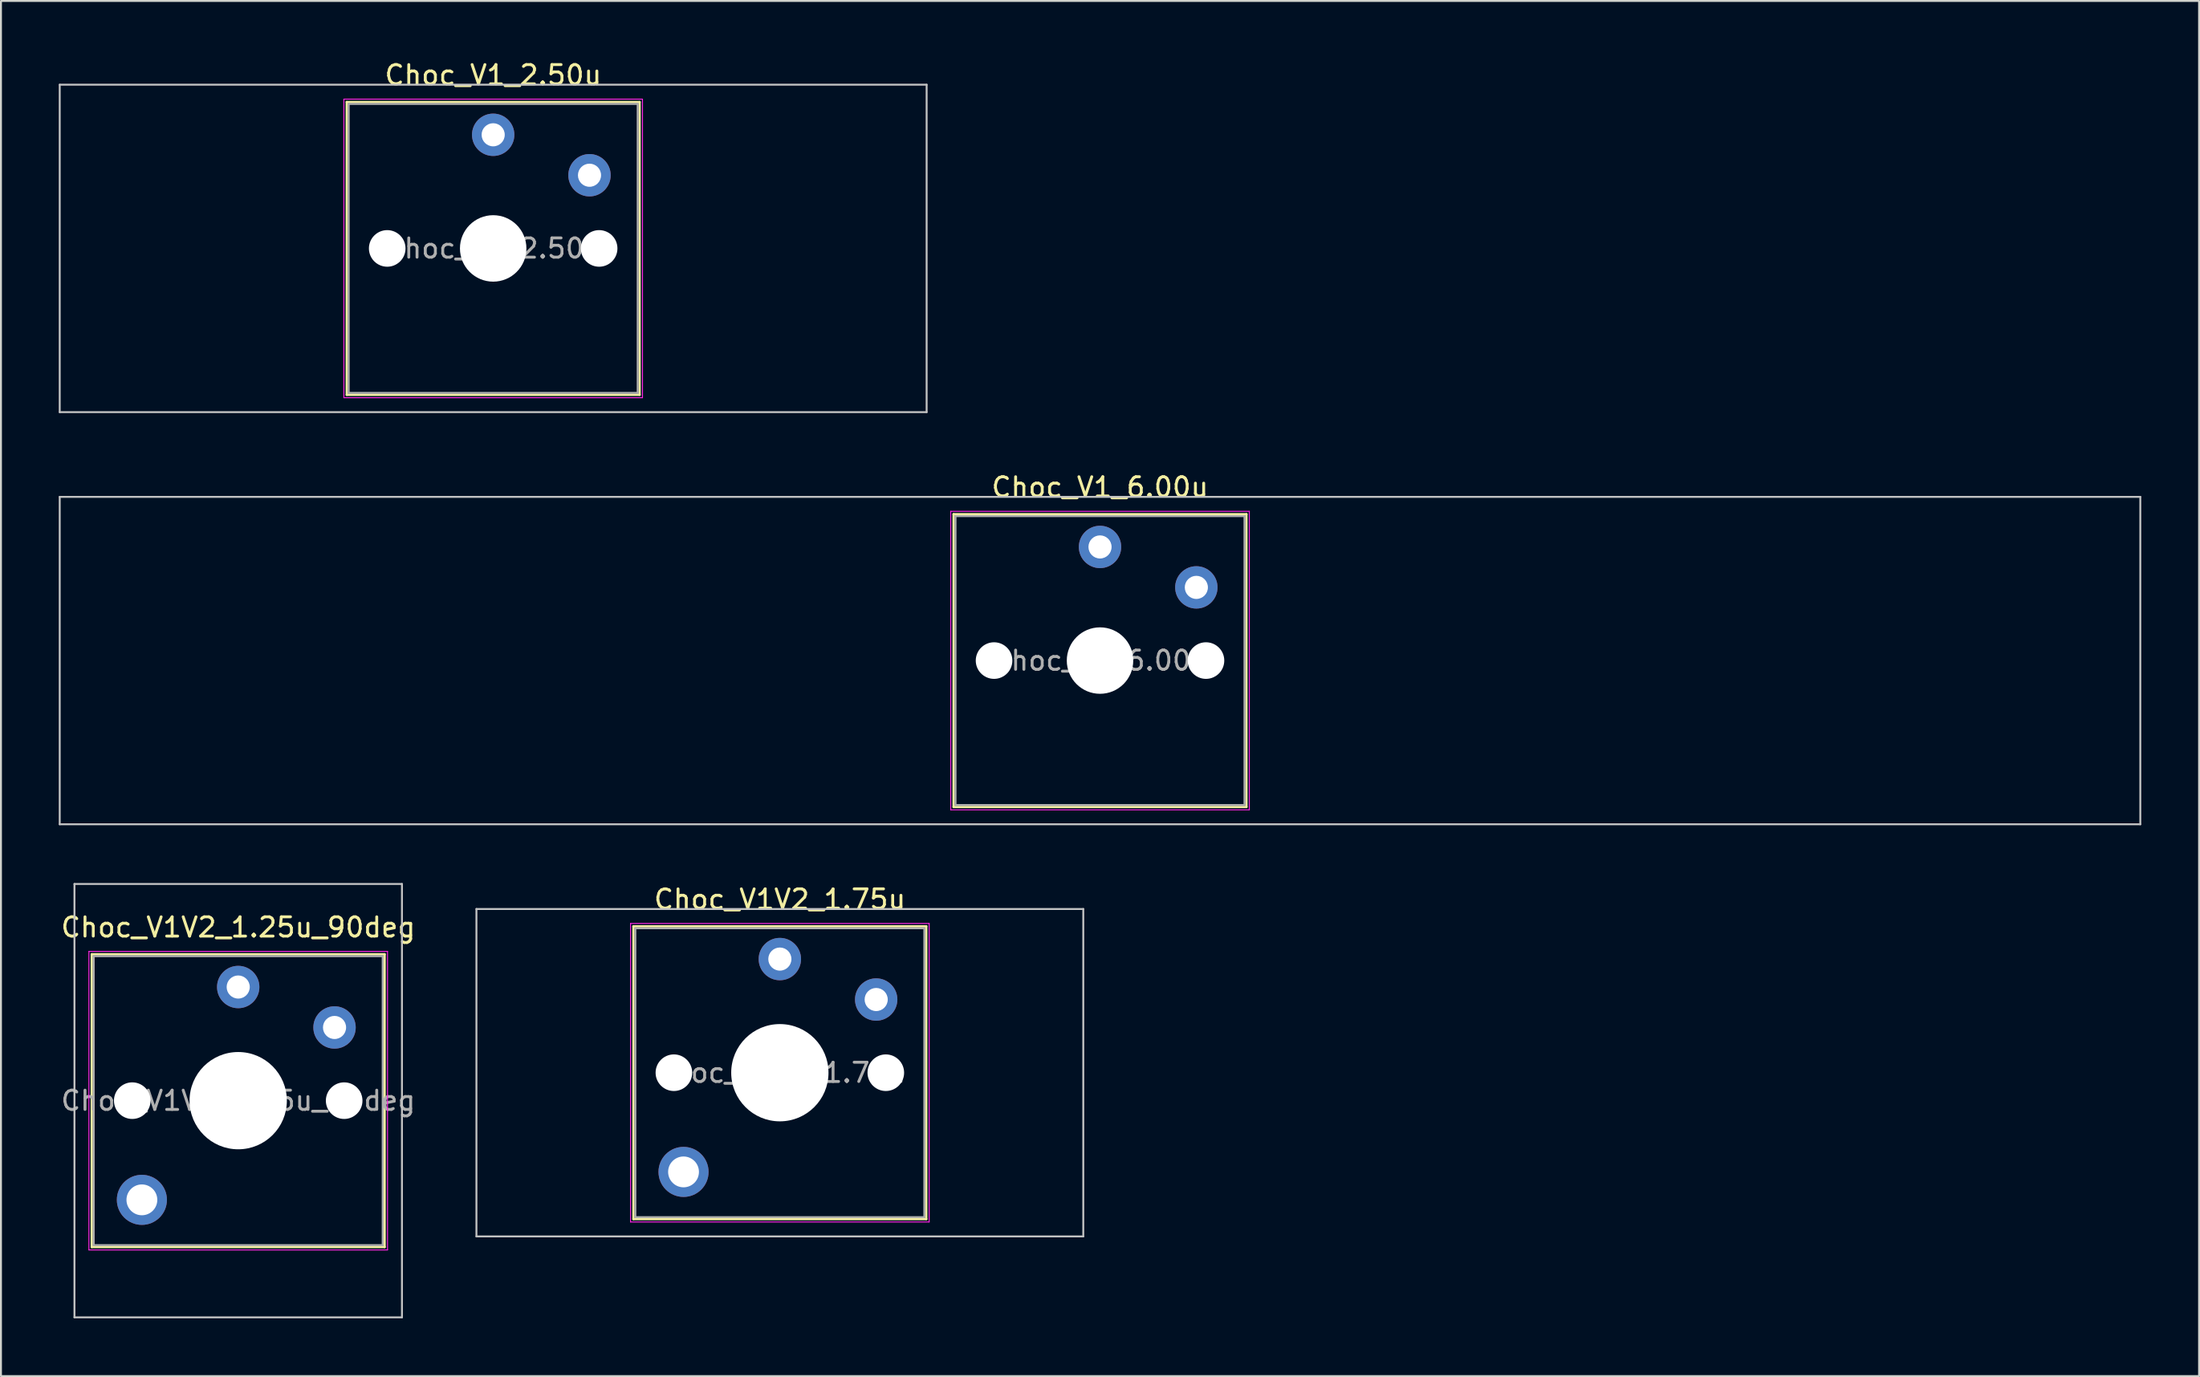
<source format=kicad_pcb>
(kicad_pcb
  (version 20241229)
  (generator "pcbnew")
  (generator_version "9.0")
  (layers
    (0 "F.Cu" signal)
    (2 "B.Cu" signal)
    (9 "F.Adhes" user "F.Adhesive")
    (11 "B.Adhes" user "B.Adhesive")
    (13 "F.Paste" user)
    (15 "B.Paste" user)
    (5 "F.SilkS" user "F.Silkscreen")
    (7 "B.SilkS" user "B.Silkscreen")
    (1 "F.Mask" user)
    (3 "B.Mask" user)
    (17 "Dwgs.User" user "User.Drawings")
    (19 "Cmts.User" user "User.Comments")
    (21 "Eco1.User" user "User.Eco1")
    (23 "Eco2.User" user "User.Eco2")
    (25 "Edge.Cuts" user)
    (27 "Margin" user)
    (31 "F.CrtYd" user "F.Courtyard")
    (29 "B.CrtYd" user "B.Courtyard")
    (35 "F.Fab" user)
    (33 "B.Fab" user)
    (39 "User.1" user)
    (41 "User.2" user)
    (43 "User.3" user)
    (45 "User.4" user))
  (footprint "Choc_V1V2_1.25u_90deg"
    (layer "F.Cu")
    (at 9.315 54.096)
    (property "Reference" "Choc_V1V2_1.25u_90deg" (at 0 -9 0) (layer "F.SilkS") (effects (font (size 1 1) (thickness 0.15))))
    (attr through_hole)
    (fp_line (start -7.6 -7.6) (end -7.6 7.6) (stroke (width 0.12) (type solid)) (layer "F.SilkS"))
    (fp_line (start -7.6 7.6) (end 7.6 7.6) (stroke (width 0.12) (type solid)) (layer "F.SilkS"))
    (fp_line (start 7.6 -7.6) (end -7.6 -7.6) (stroke (width 0.12) (type solid)) (layer "F.SilkS"))
    (fp_line (start 7.6 7.6) (end 7.6 -7.6) (stroke (width 0.12) (type solid)) (layer "F.SilkS"))
    (fp_line (start -8.5 -11.25) (end 8.5 -11.25) (stroke (width 0.1) (type solid)) (layer "Dwgs.User"))
    (fp_line (start -8.5 11.25) (end -8.5 -11.25) (stroke (width 0.1) (type solid)) (layer "Dwgs.User"))
    (fp_line (start 8.5 -11.25) (end 8.5 11.25) (stroke (width 0.1) (type solid)) (layer "Dwgs.User"))
    (fp_line (start 8.5 11.25) (end -8.5 11.25) (stroke (width 0.1) (type solid)) (layer "Dwgs.User"))
    (fp_line (start -7.25 -7.25) (end -7.25 7.25) (stroke (width 0.1) (type solid)) (layer "Eco1.User"))
    (fp_line (start -7.25 7.25) (end 7.25 7.25) (stroke (width 0.1) (type solid)) (layer "Eco1.User"))
    (fp_line (start 7.25 -7.25) (end -7.25 -7.25) (stroke (width 0.1) (type solid)) (layer "Eco1.User"))
    (fp_line (start 7.25 7.25) (end 7.25 -7.25) (stroke (width 0.1) (type solid)) (layer "Eco1.User"))
    (fp_line (start -7.75 -7.75) (end -7.75 7.75) (stroke (width 0.05) (type solid)) (layer "F.CrtYd"))
    (fp_line (start -7.75 7.75) (end 7.75 7.75) (stroke (width 0.05) (type solid)) (layer "F.CrtYd"))
    (fp_line (start 7.75 -7.75) (end -7.75 -7.75) (stroke (width 0.05) (type solid)) (layer "F.CrtYd"))
    (fp_line (start 7.75 7.75) (end 7.75 -7.75) (stroke (width 0.05) (type solid)) (layer "F.CrtYd"))
    (fp_line (start -7.5 -7.5) (end -7.5 7.5) (stroke (width 0.1) (type solid)) (layer "F.Fab"))
    (fp_line (start -7.5 7.5) (end 7.5 7.5) (stroke (width 0.1) (type solid)) (layer "F.Fab"))
    (fp_line (start 7.5 -7.5) (end -7.5 -7.5) (stroke (width 0.1) (type solid)) (layer "F.Fab"))
    (fp_line (start 7.5 7.5) (end 7.5 -7.5) (stroke (width 0.1) (type solid)) (layer "F.Fab"))
    (fp_text user "${REFERENCE}" (at 0 0 0) (layer "F.Fab") (effects (font (size 1 1) (thickness 0.15))))
    (pad "" np_thru_hole circle (at -5.5 0) (size 1.9 1.9) (drill 1.9) (layers "*.Cu" "*.Mask"))
    (pad "" thru_hole circle (at -5 5.15) (size 2.6 2.6) (drill 1.6) (layers "*.Cu" "*.Mask"))
    (pad "" np_thru_hole circle (at 0 0) (size 5.05 5.05) (drill 5.05) (layers "*.Cu" "*.Mask"))
    (pad "" np_thru_hole circle (at 5.5 0) (size 1.9 1.9) (drill 1.9) (layers "*.Cu" "*.Mask"))
    (pad "1" thru_hole circle (at 0 -5.9) (size 2.2 2.2) (drill 1.2) (layers "*.Cu" "*.Mask"))
    (pad "2" thru_hole circle (at 5 -3.8) (size 2.2 2.2) (drill 1.2) (layers "*.Cu" "*.Mask")))
  (footprint "Choc_V1_2.50u"
    (layer "F.Cu")
    (at 22.55 9.848)
    (property "Reference" "Choc_V1_2.50u" (at 0 -9 0) (layer "F.SilkS") (effects (font (size 1 1) (thickness 0.15))))
    (attr through_hole)
    (fp_line (start -7.6 -7.6) (end -7.6 7.6) (stroke (width 0.12) (type solid)) (layer "F.SilkS"))
    (fp_line (start -7.6 7.6) (end 7.6 7.6) (stroke (width 0.12) (type solid)) (layer "F.SilkS"))
    (fp_line (start 7.6 -7.6) (end -7.6 -7.6) (stroke (width 0.12) (type solid)) (layer "F.SilkS"))
    (fp_line (start 7.6 7.6) (end 7.6 -7.6) (stroke (width 0.12) (type solid)) (layer "F.SilkS"))
    (fp_line (start -22.5 -8.5) (end -22.5 8.5) (stroke (width 0.1) (type solid)) (layer "Dwgs.User"))
    (fp_line (start -22.5 8.5) (end 22.5 8.5) (stroke (width 0.1) (type solid)) (layer "Dwgs.User"))
    (fp_line (start 22.5 -8.5) (end -22.5 -8.5) (stroke (width 0.1) (type solid)) (layer "Dwgs.User"))
    (fp_line (start 22.5 8.5) (end 22.5 -8.5) (stroke (width 0.1) (type solid)) (layer "Dwgs.User"))
    (fp_line (start -7.25 -7.25) (end -7.25 7.25) (stroke (width 0.1) (type solid)) (layer "Eco1.User"))
    (fp_line (start -7.25 7.25) (end 7.25 7.25) (stroke (width 0.1) (type solid)) (layer "Eco1.User"))
    (fp_line (start 7.25 -7.25) (end -7.25 -7.25) (stroke (width 0.1) (type solid)) (layer "Eco1.User"))
    (fp_line (start 7.25 7.25) (end 7.25 -7.25) (stroke (width 0.1) (type solid)) (layer "Eco1.User"))
    (fp_line (start -7.75 -7.75) (end -7.75 7.75) (stroke (width 0.05) (type solid)) (layer "F.CrtYd"))
    (fp_line (start -7.75 7.75) (end 7.75 7.75) (stroke (width 0.05) (type solid)) (layer "F.CrtYd"))
    (fp_line (start 7.75 -7.75) (end -7.75 -7.75) (stroke (width 0.05) (type solid)) (layer "F.CrtYd"))
    (fp_line (start 7.75 7.75) (end 7.75 -7.75) (stroke (width 0.05) (type solid)) (layer "F.CrtYd"))
    (fp_line (start -7.5 -7.5) (end -7.5 7.5) (stroke (width 0.1) (type solid)) (layer "F.Fab"))
    (fp_line (start -7.5 7.5) (end 7.5 7.5) (stroke (width 0.1) (type solid)) (layer "F.Fab"))
    (fp_line (start 7.5 -7.5) (end -7.5 -7.5) (stroke (width 0.1) (type solid)) (layer "F.Fab"))
    (fp_line (start 7.5 7.5) (end 7.5 -7.5) (stroke (width 0.1) (type solid)) (layer "F.Fab"))
    (fp_text user "${REFERENCE}" (at 0 0 0) (layer "F.Fab") (effects (font (size 1 1) (thickness 0.15))))
    (pad "" np_thru_hole circle (at -5.5 0) (size 1.9 1.9) (drill 1.9) (layers "*.Cu" "*.Mask"))
    (pad "" np_thru_hole circle (at 0 0) (size 3.45 3.45) (drill 3.45) (layers "*.Cu" "*.Mask"))
    (pad "" np_thru_hole circle (at 5.5 0) (size 1.9 1.9) (drill 1.9) (layers "*.Cu" "*.Mask"))
    (pad "1" thru_hole circle (at 0 -5.9) (size 2.2 2.2) (drill 1.2) (layers "*.Cu" "*.Mask"))
    (pad "2" thru_hole circle (at 5 -3.8) (size 2.2 2.2) (drill 1.2) (layers "*.Cu" "*.Mask")))
  (footprint "Choc_V1_6.00u"
    (layer "F.Cu")
    (at 54.05 31.247)
    (property "Reference" "Choc_V1_6.00u" (at 0 -9 0) (layer "F.SilkS") (effects (font (size 1 1) (thickness 0.15))))
    (attr through_hole)
    (fp_line (start -7.6 -7.6) (end -7.6 7.6) (stroke (width 0.12) (type solid)) (layer "F.SilkS"))
    (fp_line (start -7.6 7.6) (end 7.6 7.6) (stroke (width 0.12) (type solid)) (layer "F.SilkS"))
    (fp_line (start 7.6 -7.6) (end -7.6 -7.6) (stroke (width 0.12) (type solid)) (layer "F.SilkS"))
    (fp_line (start 7.6 7.6) (end 7.6 -7.6) (stroke (width 0.12) (type solid)) (layer "F.SilkS"))
    (fp_line (start -54 -8.5) (end -54 8.5) (stroke (width 0.1) (type solid)) (layer "Dwgs.User"))
    (fp_line (start -54 8.5) (end 54 8.5) (stroke (width 0.1) (type solid)) (layer "Dwgs.User"))
    (fp_line (start 54 -8.5) (end -54 -8.5) (stroke (width 0.1) (type solid)) (layer "Dwgs.User"))
    (fp_line (start 54 8.5) (end 54 -8.5) (stroke (width 0.1) (type solid)) (layer "Dwgs.User"))
    (fp_line (start -7.25 -7.25) (end -7.25 7.25) (stroke (width 0.1) (type solid)) (layer "Eco1.User"))
    (fp_line (start -7.25 7.25) (end 7.25 7.25) (stroke (width 0.1) (type solid)) (layer "Eco1.User"))
    (fp_line (start 7.25 -7.25) (end -7.25 -7.25) (stroke (width 0.1) (type solid)) (layer "Eco1.User"))
    (fp_line (start 7.25 7.25) (end 7.25 -7.25) (stroke (width 0.1) (type solid)) (layer "Eco1.User"))
    (fp_line (start -7.75 -7.75) (end -7.75 7.75) (stroke (width 0.05) (type solid)) (layer "F.CrtYd"))
    (fp_line (start -7.75 7.75) (end 7.75 7.75) (stroke (width 0.05) (type solid)) (layer "F.CrtYd"))
    (fp_line (start 7.75 -7.75) (end -7.75 -7.75) (stroke (width 0.05) (type solid)) (layer "F.CrtYd"))
    (fp_line (start 7.75 7.75) (end 7.75 -7.75) (stroke (width 0.05) (type solid)) (layer "F.CrtYd"))
    (fp_line (start -7.5 -7.5) (end -7.5 7.5) (stroke (width 0.1) (type solid)) (layer "F.Fab"))
    (fp_line (start -7.5 7.5) (end 7.5 7.5) (stroke (width 0.1) (type solid)) (layer "F.Fab"))
    (fp_line (start 7.5 -7.5) (end -7.5 -7.5) (stroke (width 0.1) (type solid)) (layer "F.Fab"))
    (fp_line (start 7.5 7.5) (end 7.5 -7.5) (stroke (width 0.1) (type solid)) (layer "F.Fab"))
    (fp_text user "${REFERENCE}" (at 0 0 0) (layer "F.Fab") (effects (font (size 1 1) (thickness 0.15))))
    (pad "" np_thru_hole circle (at -5.5 0) (size 1.9 1.9) (drill 1.9) (layers "*.Cu" "*.Mask"))
    (pad "" np_thru_hole circle (at 0 0) (size 3.45 3.45) (drill 3.45) (layers "*.Cu" "*.Mask"))
    (pad "" np_thru_hole circle (at 5.5 0) (size 1.9 1.9) (drill 1.9) (layers "*.Cu" "*.Mask"))
    (pad "1" thru_hole circle (at 0 -5.9) (size 2.2 2.2) (drill 1.2) (layers "*.Cu" "*.Mask"))
    (pad "2" thru_hole circle (at 5 -3.8) (size 2.2 2.2) (drill 1.2) (layers "*.Cu" "*.Mask")))
  (footprint "Choc_V1V2_1.75u"
    (layer "F.Cu")
    (at 37.431 52.645)
    (property "Reference" "Choc_V1V2_1.75u" (at 0 -9 0) (layer "F.SilkS") (effects (font (size 1 1) (thickness 0.15))))
    (attr through_hole)
    (fp_line (start -7.6 -7.6) (end -7.6 7.6) (stroke (width 0.12) (type solid)) (layer "F.SilkS"))
    (fp_line (start -7.6 7.6) (end 7.6 7.6) (stroke (width 0.12) (type solid)) (layer "F.SilkS"))
    (fp_line (start 7.6 -7.6) (end -7.6 -7.6) (stroke (width 0.12) (type solid)) (layer "F.SilkS"))
    (fp_line (start 7.6 7.6) (end 7.6 -7.6) (stroke (width 0.12) (type solid)) (layer "F.SilkS"))
    (fp_line (start -15.75 -8.5) (end -15.75 8.5) (stroke (width 0.1) (type solid)) (layer "Dwgs.User"))
    (fp_line (start -15.75 8.5) (end 15.75 8.5) (stroke (width 0.1) (type solid)) (layer "Dwgs.User"))
    (fp_line (start 15.75 -8.5) (end -15.75 -8.5) (stroke (width 0.1) (type solid)) (layer "Dwgs.User"))
    (fp_line (start 15.75 8.5) (end 15.75 -8.5) (stroke (width 0.1) (type solid)) (layer "Dwgs.User"))
    (fp_line (start -7.25 -7.25) (end -7.25 7.25) (stroke (width 0.1) (type solid)) (layer "Eco1.User"))
    (fp_line (start -7.25 7.25) (end 7.25 7.25) (stroke (width 0.1) (type solid)) (layer "Eco1.User"))
    (fp_line (start 7.25 -7.25) (end -7.25 -7.25) (stroke (width 0.1) (type solid)) (layer "Eco1.User"))
    (fp_line (start 7.25 7.25) (end 7.25 -7.25) (stroke (width 0.1) (type solid)) (layer "Eco1.User"))
    (fp_line (start -7.75 -7.75) (end -7.75 7.75) (stroke (width 0.05) (type solid)) (layer "F.CrtYd"))
    (fp_line (start -7.75 7.75) (end 7.75 7.75) (stroke (width 0.05) (type solid)) (layer "F.CrtYd"))
    (fp_line (start 7.75 -7.75) (end -7.75 -7.75) (stroke (width 0.05) (type solid)) (layer "F.CrtYd"))
    (fp_line (start 7.75 7.75) (end 7.75 -7.75) (stroke (width 0.05) (type solid)) (layer "F.CrtYd"))
    (fp_line (start -7.5 -7.5) (end -7.5 7.5) (stroke (width 0.1) (type solid)) (layer "F.Fab"))
    (fp_line (start -7.5 7.5) (end 7.5 7.5) (stroke (width 0.1) (type solid)) (layer "F.Fab"))
    (fp_line (start 7.5 -7.5) (end -7.5 -7.5) (stroke (width 0.1) (type solid)) (layer "F.Fab"))
    (fp_line (start 7.5 7.5) (end 7.5 -7.5) (stroke (width 0.1) (type solid)) (layer "F.Fab"))
    (fp_text user "${REFERENCE}" (at 0 0 0) (layer "F.Fab") (effects (font (size 1 1) (thickness 0.15))))
    (pad "" np_thru_hole circle (at -5.5 0) (size 1.9 1.9) (drill 1.9) (layers "*.Cu" "*.Mask"))
    (pad "" thru_hole circle (at -5 5.15) (size 2.6 2.6) (drill 1.6) (layers "*.Cu" "*.Mask"))
    (pad "" np_thru_hole circle (at 0 0) (size 5.05 5.05) (drill 5.05) (layers "*.Cu" "*.Mask"))
    (pad "" np_thru_hole circle (at 5.5 0) (size 1.9 1.9) (drill 1.9) (layers "*.Cu" "*.Mask"))
    (pad "1" thru_hole circle (at 0 -5.9) (size 2.2 2.2) (drill 1.2) (layers "*.Cu" "*.Mask"))
    (pad "2" thru_hole circle (at 5 -3.8) (size 2.2 2.2) (drill 1.2) (layers "*.Cu" "*.Mask")))
  (gr_rect
    (start -3 -3)
    (end 111.1 68.397)
    (stroke (width 0.1) (type default))
    (fill no)
    (layer "Edge.Cuts")))
</source>
